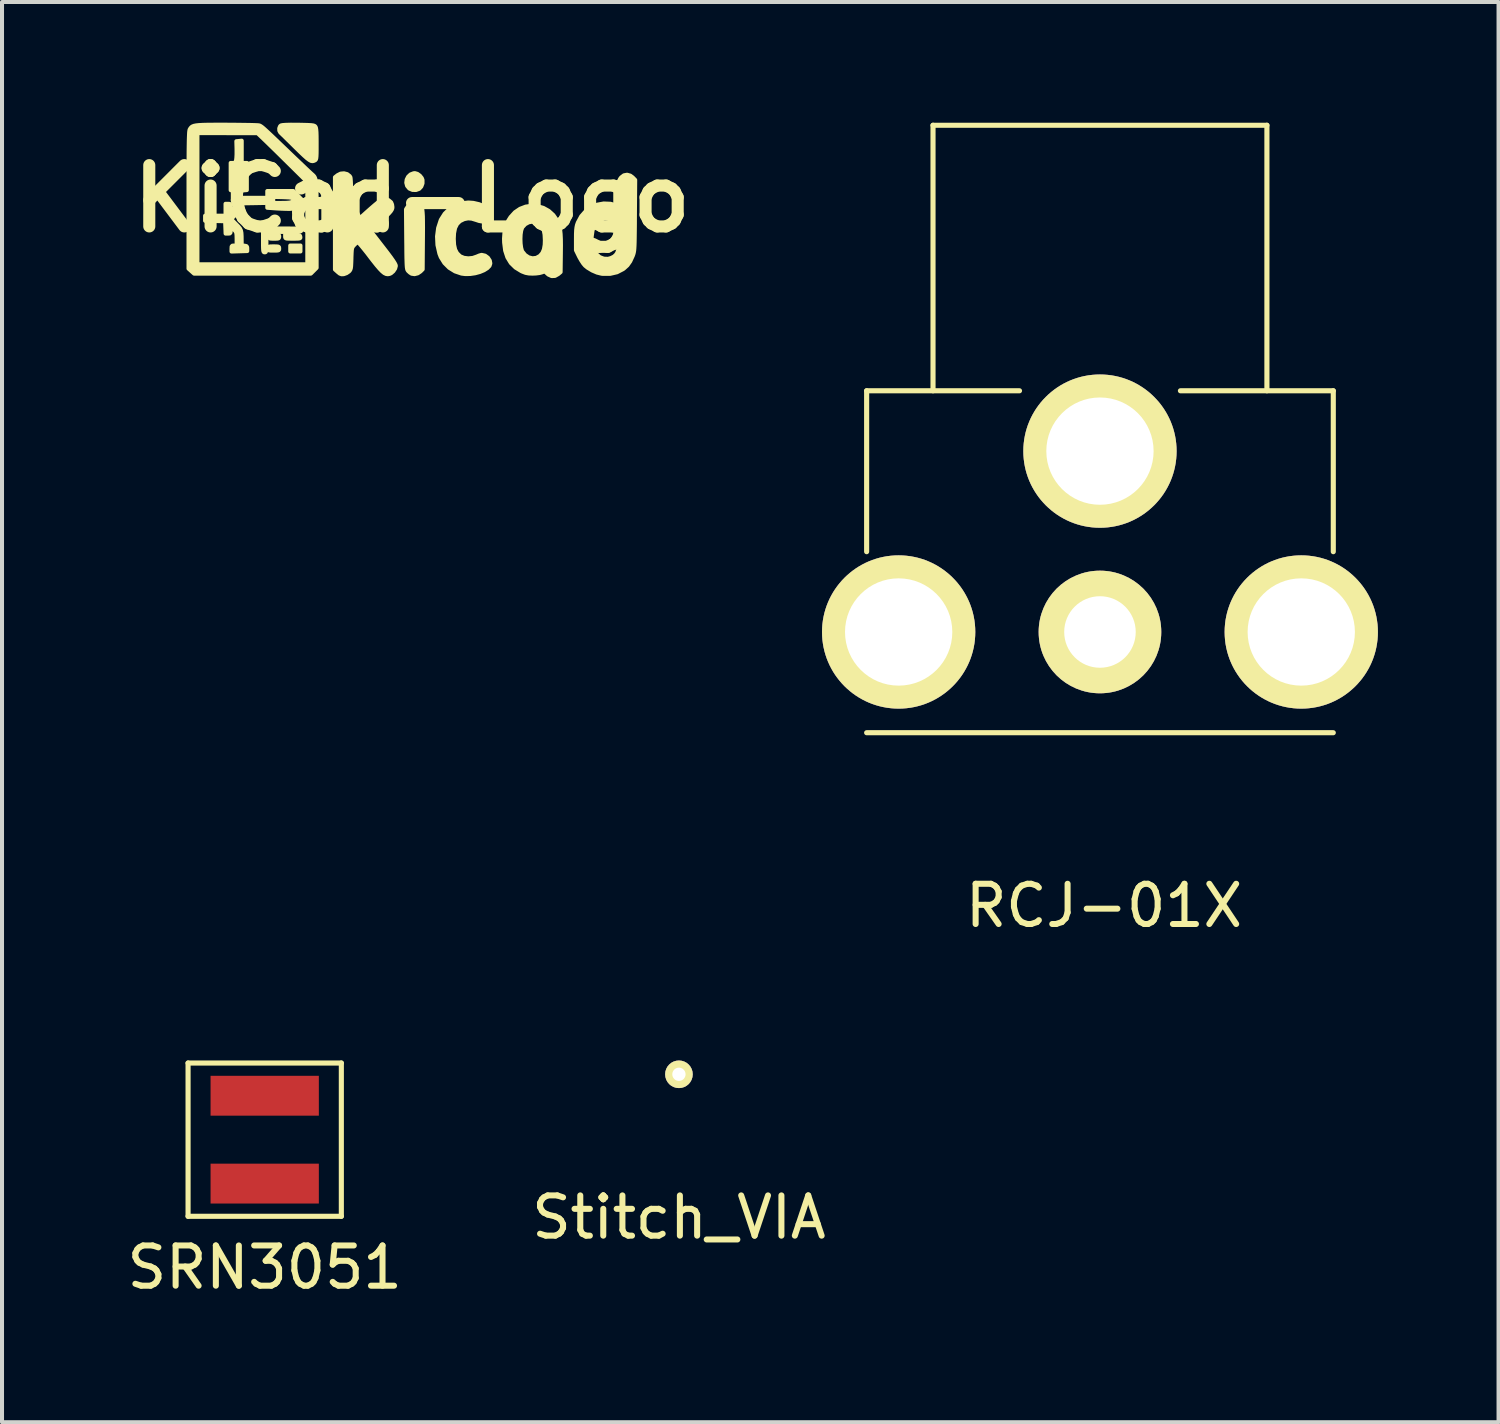
<source format=kicad_pcb>
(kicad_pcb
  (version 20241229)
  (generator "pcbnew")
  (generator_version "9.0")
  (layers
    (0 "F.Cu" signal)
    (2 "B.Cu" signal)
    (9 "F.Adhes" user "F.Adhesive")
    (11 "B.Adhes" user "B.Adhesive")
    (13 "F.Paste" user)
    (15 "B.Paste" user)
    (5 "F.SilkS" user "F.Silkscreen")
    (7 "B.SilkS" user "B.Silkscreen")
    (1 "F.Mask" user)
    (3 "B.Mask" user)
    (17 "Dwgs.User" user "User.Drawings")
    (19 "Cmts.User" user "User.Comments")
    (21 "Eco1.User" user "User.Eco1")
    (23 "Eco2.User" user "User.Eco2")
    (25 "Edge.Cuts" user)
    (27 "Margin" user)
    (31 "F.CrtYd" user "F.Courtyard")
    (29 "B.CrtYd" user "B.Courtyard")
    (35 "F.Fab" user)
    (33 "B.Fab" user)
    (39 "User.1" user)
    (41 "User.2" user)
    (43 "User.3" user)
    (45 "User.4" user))
  (footprint "Stitch_VIA"
    (layer "F.Cu")
    (at 13.827 23.655)
    (property "Reference" "Stitch_VIA" (at 0 3.556 0) (layer "F.SilkS") (effects (font (size 1 1) (thickness 0.15))))
    (attr through_hole)
    (pad "1" thru_hole circle (at 0 0) (size 0.686 0.686) (drill 0.33) (layers "*.Cu" "F.SilkS")))
  (footprint "SRN3051"
    (layer "F.Cu")
    (at 3.53 25.28)
    (property "Reference" "SRN3051" (at 0 3.175 0) (layer "F.SilkS") (effects (font (size 1 1) (thickness 0.15))))
    (attr through_hole)
    (fp_line (start -1.905 -1.905) (end 1.905 -1.905) (stroke (width 0.127) (type solid)) (layer "F.SilkS"))
    (fp_line (start -1.905 1.905) (end -1.905 -1.905) (stroke (width 0.127) (type solid)) (layer "F.SilkS"))
    (fp_line (start 1.905 -1.905) (end 1.905 1.905) (stroke (width 0.127) (type solid)) (layer "F.SilkS"))
    (fp_line (start 1.905 1.905) (end -1.905 1.905) (stroke (width 0.127) (type solid)) (layer "F.SilkS"))
    (pad "1" smd rect (at 0 -1.092) (size 2.692 0.991) (layers "F.Cu" "F.Mask" "F.Paste"))
    (pad "2" smd rect (at 0 1.092) (size 2.692 0.991) (layers "F.Cu" "F.Mask" "F.Paste")))
  (footprint "KiCad-Logo"
    (layer "F.Cu")
    (at 7.192 1.889)
    (property "Reference" "KiCad-Logo" (at 0 0 0) (layer "F.SilkS") (effects (font (size 1.524 1.524) (thickness 0.3))))
    (attr through_hole)
    (fp_poly (pts (xy -2.773 1.312) (xy -2.9 1.312) (xy -3.027 1.312) (xy -3.027 1.238) (xy -3.027 1.164) (xy -2.9 1.164) (xy -2.773 1.164) (xy -2.773 1.238) (xy -2.773 1.312)) (stroke (width 0.1) (type solid)) (fill yes) (layer "F.SilkS"))
    (fp_poly (pts (xy 0.261 -0.467) (xy 0.261 -0.381) (xy 0.231 -0.301) (xy 0.179 -0.245) (xy 0.1 -0.216) (xy 0.012 -0.218) (xy -0.065 -0.251) (xy -0.07 -0.255) (xy -0.123 -0.319) (xy -0.143 -0.396) (xy -0.133 -0.474) (xy -0.097 -0.546) (xy -0.038 -0.602) (xy 0.039 -0.632) (xy 0.073 -0.635) (xy 0.134 -0.617) (xy 0.196 -0.572) (xy 0.243 -0.513) (xy 0.261 -0.467)) (stroke (width 0.1) (type solid)) (fill yes) (layer "F.SilkS"))
    (fp_poly (pts (xy -2.775 0.97) (xy -2.785 0.984) (xy -2.812 0.991) (xy -2.866 0.994) (xy -2.953 0.995) (xy -2.962 0.995) (xy -3.052 0.994) (xy -3.109 0.992) (xy -3.139 0.984) (xy -3.151 0.97) (xy -3.154 0.947) (xy -3.154 0.941) (xy -3.154 0.887) (xy -2.969 0.893) (xy -2.88 0.897) (xy -2.824 0.903) (xy -2.794 0.912) (xy -2.781 0.928) (xy -2.777 0.947) (xy -2.775 0.97)) (stroke (width 0.1) (type solid)) (fill yes) (layer "F.SilkS"))
    (fp_poly (pts (xy -3.302 0.942) (xy -3.305 0.971) (xy -3.319 0.987) (xy -3.356 0.994) (xy -3.425 0.995) (xy -3.429 0.995) (xy -3.499 0.994) (xy -3.537 0.988) (xy -3.553 0.972) (xy -3.556 0.944) (xy -3.556 0.942) (xy -3.553 0.913) (xy -3.539 0.897) (xy -3.502 0.89) (xy -3.433 0.889) (xy -3.429 0.889) (xy -3.359 0.89) (xy -3.321 0.896) (xy -3.305 0.912) (xy -3.302 0.94) (xy -3.302 0.942)) (stroke (width 0.1) (type solid)) (fill yes) (layer "F.SilkS"))
    (fp_poly (pts (xy -3.302 1.238) (xy -3.304 1.267) (xy -3.318 1.283) (xy -3.352 1.289) (xy -3.417 1.291) (xy -3.44 1.291) (xy -3.514 1.29) (xy -3.555 1.285) (xy -3.573 1.272) (xy -3.577 1.247) (xy -3.577 1.238) (xy -3.575 1.21) (xy -3.561 1.194) (xy -3.527 1.187) (xy -3.462 1.185) (xy -3.44 1.185) (xy -3.366 1.186) (xy -3.324 1.191) (xy -3.306 1.205) (xy -3.302 1.23) (xy -3.302 1.238)) (stroke (width 0.1) (type solid)) (fill yes) (layer "F.SilkS"))
    (fp_poly (pts (xy -2.752 0.783) (xy -2.753 0.797) (xy -2.762 0.808) (xy -2.783 0.816) (xy -2.821 0.821) (xy -2.882 0.824) (xy -2.972 0.825) (xy -3.096 0.825) (xy -3.186 0.826) (xy -3.619 0.826) (xy -3.619 1.079) (xy -3.62 1.187) (xy -3.622 1.259) (xy -3.627 1.302) (xy -3.635 1.325) (xy -3.649 1.333) (xy -3.662 1.333) (xy -3.679 1.331) (xy -3.69 1.32) (xy -3.698 1.294) (xy -3.702 1.246) (xy -3.704 1.17) (xy -3.704 1.059) (xy -3.704 1.037) (xy -3.704 0.741) (xy -3.228 0.741) (xy -3.074 0.741) (xy -2.958 0.742) (xy -2.873 0.743) (xy -2.816 0.747) (xy -2.78 0.752) (xy -2.761 0.759) (xy -2.753 0.77) (xy -2.752 0.783)) (stroke (width 0.1) (type solid)) (fill yes) (layer "F.SilkS"))
    (fp_poly (pts (xy 0.273 0.715) (xy 0.272 0.905) (xy 0.271 1.028) (xy 0.265 1.756) (xy 0.212 1.809) (xy 0.142 1.856) (xy 0.062 1.876) (xy -0.011 1.865) (xy -0.056 1.835) (xy -0.095 1.799) (xy -0.106 1.785) (xy -0.116 1.767) (xy -0.123 1.741) (xy -0.129 1.702) (xy -0.133 1.646) (xy -0.136 1.568) (xy -0.139 1.465) (xy -0.141 1.332) (xy -0.142 1.164) (xy -0.144 1.007) (xy -0.15 0.263) (xy -0.101 0.191) (xy -0.035 0.122) (xy 0.04 0.093) (xy 0.123 0.106) (xy 0.141 0.114) (xy 0.176 0.132) (xy 0.204 0.152) (xy 0.226 0.179) (xy 0.243 0.217) (xy 0.256 0.27) (xy 0.264 0.342) (xy 0.27 0.437) (xy 0.272 0.56) (xy 0.273 0.715)) (stroke (width 0.1) (type solid)) (fill yes) (layer "F.SilkS"))
    (fp_poly (pts (xy -2.371 -1.362) (xy -2.371 -1.225) (xy -2.372 -1.124) (xy -2.375 -1.053) (xy -2.38 -1.006) (xy -2.388 -0.978) (xy -2.399 -0.962) (xy -2.412 -0.953) (xy -2.445 -0.938) (xy -2.477 -0.933) (xy -2.513 -0.94) (xy -2.556 -0.964) (xy -2.611 -1.005) (xy -2.682 -1.068) (xy -2.774 -1.155) (xy -2.892 -1.27) (xy -2.897 -1.275) (xy -2.998 -1.375) (xy -3.09 -1.465) (xy -3.168 -1.542) (xy -3.228 -1.6) (xy -3.265 -1.636) (xy -3.274 -1.644) (xy -3.299 -1.69) (xy -3.301 -1.748) (xy -3.281 -1.8) (xy -3.259 -1.821) (xy -3.217 -1.83) (xy -3.135 -1.836) (xy -3.014 -1.839) (xy -2.854 -1.838) (xy -2.823 -1.838) (xy -2.684 -1.835) (xy -2.581 -1.832) (xy -2.509 -1.828) (xy -2.46 -1.822) (xy -2.43 -1.813) (xy -2.411 -1.802) (xy -2.401 -1.79) (xy -2.389 -1.765) (xy -2.381 -1.721) (xy -2.375 -1.653) (xy -2.372 -1.556) (xy -2.371 -1.424) (xy -2.371 -1.362)) (stroke (width 0.1) (type solid)) (fill yes) (layer "F.SilkS"))
    (fp_poly (pts (xy 1.947 1.609) (xy 1.927 1.67) (xy 1.872 1.727) (xy 1.789 1.779) (xy 1.686 1.822) (xy 1.569 1.854) (xy 1.445 1.872) (xy 1.323 1.874) (xy 1.23 1.862) (xy 1.068 1.807) (xy 0.924 1.718) (xy 0.804 1.598) (xy 0.714 1.453) (xy 0.68 1.365) (xy 0.632 1.152) (xy 0.622 0.938) (xy 0.649 0.73) (xy 0.712 0.536) (xy 0.722 0.515) (xy 0.812 0.373) (xy 0.931 0.256) (xy 1.073 0.169) (xy 1.231 0.114) (xy 1.4 0.095) (xy 1.524 0.104) (xy 1.667 0.137) (xy 1.784 0.185) (xy 1.869 0.244) (xy 1.922 0.311) (xy 1.94 0.384) (xy 1.92 0.458) (xy 1.873 0.52) (xy 1.819 0.558) (xy 1.754 0.569) (xy 1.668 0.554) (xy 1.593 0.529) (xy 1.484 0.496) (xy 1.393 0.489) (xy 1.301 0.507) (xy 1.289 0.511) (xy 1.191 0.559) (xy 1.12 0.63) (xy 1.071 0.728) (xy 1.045 0.858) (xy 1.038 0.996) (xy 1.046 1.146) (xy 1.072 1.264) (xy 1.119 1.354) (xy 1.189 1.423) (xy 1.204 1.434) (xy 1.291 1.47) (xy 1.398 1.483) (xy 1.509 1.473) (xy 1.609 1.439) (xy 1.67 1.413) (xy 1.722 1.398) (xy 1.734 1.397) (xy 1.817 1.416) (xy 1.887 1.467) (xy 1.934 1.539) (xy 1.947 1.609)) (stroke (width 0.1) (type solid)) (fill yes) (layer "F.SilkS"))
    (fp_poly (pts (xy 3.702 1.159) (xy 3.7 1.35) (xy 3.7 1.359) (xy 3.694 1.824) (xy 3.634 1.875) (xy 3.554 1.92) (xy 3.471 1.924) (xy 3.391 1.888) (xy 3.363 1.864) (xy 3.322 1.825) (xy 3.302 1.818) (xy 3.302 1.039) (xy 3.295 0.894) (xy 3.274 0.782) (xy 3.236 0.697) (xy 3.182 0.635) (xy 3.096 0.585) (xy 2.999 0.57) (xy 2.901 0.587) (xy 2.813 0.635) (xy 2.744 0.711) (xy 2.737 0.724) (xy 2.714 0.793) (xy 2.7 0.889) (xy 2.695 1.001) (xy 2.699 1.114) (xy 2.712 1.216) (xy 2.733 1.294) (xy 2.742 1.312) (xy 2.813 1.4) (xy 2.9 1.458) (xy 2.995 1.482) (xy 3.09 1.471) (xy 3.176 1.424) (xy 3.181 1.419) (xy 3.24 1.351) (xy 3.278 1.262) (xy 3.298 1.147) (xy 3.302 1.039) (xy 3.302 1.818) (xy 3.29 1.813) (xy 3.25 1.823) (xy 3.228 1.832) (xy 3.168 1.848) (xy 3.083 1.859) (xy 3.001 1.863) (xy 2.902 1.859) (xy 2.823 1.844) (xy 2.742 1.813) (xy 2.718 1.802) (xy 2.571 1.712) (xy 2.455 1.598) (xy 2.37 1.458) (xy 2.315 1.29) (xy 2.29 1.092) (xy 2.287 0.995) (xy 2.299 0.823) (xy 2.333 0.677) (xy 2.395 0.542) (xy 2.449 0.457) (xy 2.558 0.337) (xy 2.685 0.251) (xy 2.826 0.197) (xy 2.974 0.176) (xy 3.123 0.187) (xy 3.266 0.229) (xy 3.399 0.303) (xy 3.514 0.407) (xy 3.607 0.54) (xy 3.615 0.556) (xy 3.644 0.622) (xy 3.666 0.694) (xy 3.683 0.778) (xy 3.694 0.879) (xy 3.7 1.004) (xy 3.702 1.159)) (stroke (width 0.1) (type solid)) (fill yes) (layer "F.SilkS"))
    (fp_poly (pts (xy -0.402 1.672) (xy -0.42 1.738) (xy -0.464 1.804) (xy -0.522 1.854) (xy -0.561 1.871) (xy -0.604 1.878) (xy -0.646 1.871) (xy -0.691 1.849) (xy -0.743 1.807) (xy -0.805 1.743) (xy -0.882 1.653) (xy -0.977 1.533) (xy -1.038 1.454) (xy -1.121 1.345) (xy -1.198 1.249) (xy -1.262 1.171) (xy -1.311 1.114) (xy -1.34 1.084) (xy -1.345 1.08) (xy -1.372 1.094) (xy -1.414 1.129) (xy -1.433 1.148) (xy -1.46 1.178) (xy -1.479 1.205) (xy -1.491 1.239) (xy -1.498 1.288) (xy -1.502 1.361) (xy -1.506 1.466) (xy -1.506 1.486) (xy -1.51 1.598) (xy -1.514 1.676) (xy -1.521 1.729) (xy -1.532 1.763) (xy -1.548 1.789) (xy -1.567 1.81) (xy -1.627 1.851) (xy -1.696 1.876) (xy -1.697 1.876) (xy -1.752 1.879) (xy -1.797 1.862) (xy -1.844 1.824) (xy -1.916 1.76) (xy -1.916 0.614) (xy -1.916 -0.533) (xy -1.852 -0.584) (xy -1.775 -0.623) (xy -1.691 -0.631) (xy -1.612 -0.611) (xy -1.55 -0.563) (xy -1.531 -0.533) (xy -1.526 -0.503) (xy -1.521 -0.437) (xy -1.516 -0.34) (xy -1.511 -0.218) (xy -1.507 -0.077) (xy -1.503 0.076) (xy -1.503 0.082) (xy -1.492 0.662) (xy -1.138 0.342) (xy -1.033 0.249) (xy -0.936 0.165) (xy -0.851 0.095) (xy -0.784 0.043) (xy -0.741 0.013) (xy -0.73 0.009) (xy -0.658 0.009) (xy -0.583 0.037) (xy -0.524 0.085) (xy -0.518 0.092) (xy -0.496 0.145) (xy -0.487 0.209) (xy -0.487 0.209) (xy -0.49 0.241) (xy -0.503 0.274) (xy -0.528 0.313) (xy -0.57 0.361) (xy -0.631 0.424) (xy -0.717 0.504) (xy -0.829 0.607) (xy -0.873 0.646) (xy -1.037 0.794) (xy -0.72 1.203) (xy -0.612 1.343) (xy -0.53 1.453) (xy -0.47 1.538) (xy -0.43 1.601) (xy -0.408 1.645) (xy -0.402 1.672)) (stroke (width 0.1) (type solid)) (fill yes) (layer "F.SilkS"))
    (fp_poly (pts (xy 5.548 -0.466) (xy 5.541 0.418) (xy 5.54 0.634) (xy 5.538 0.813) (xy 5.536 0.958) (xy 5.534 1.074) (xy 5.531 1.165) (xy 5.527 1.235) (xy 5.522 1.289) (xy 5.515 1.331) (xy 5.507 1.365) (xy 5.497 1.396) (xy 5.485 1.428) (xy 5.484 1.429) (xy 5.424 1.559) (xy 5.354 1.658) (xy 5.265 1.738) (xy 5.243 1.753) (xy 5.144 1.804) (xy 5.144 0.958) (xy 5.144 0.673) (xy 5.073 0.603) (xy 5.004 0.55) (xy 4.924 0.512) (xy 4.911 0.508) (xy 4.791 0.494) (xy 4.687 0.517) (xy 4.6 0.576) (xy 4.532 0.667) (xy 4.488 0.789) (xy 4.467 0.938) (xy 4.466 0.983) (xy 4.48 1.141) (xy 4.52 1.273) (xy 4.583 1.378) (xy 4.666 1.452) (xy 4.768 1.491) (xy 4.873 1.495) (xy 4.946 1.475) (xy 5.014 1.441) (xy 5.016 1.44) (xy 5.063 1.399) (xy 5.098 1.35) (xy 5.121 1.285) (xy 5.135 1.197) (xy 5.142 1.08) (xy 5.144 0.958) (xy 5.144 1.804) (xy 5.096 1.829) (xy 4.928 1.868) (xy 4.744 1.869) (xy 4.71 1.865) (xy 4.598 1.837) (xy 4.478 1.785) (xy 4.365 1.717) (xy 4.301 1.665) (xy 4.257 1.613) (xy 4.207 1.537) (xy 4.159 1.453) (xy 4.152 1.439) (xy 4.075 1.281) (xy 4.075 0.995) (xy 4.076 0.872) (xy 4.08 0.781) (xy 4.088 0.713) (xy 4.1 0.656) (xy 4.119 0.601) (xy 4.123 0.591) (xy 4.206 0.437) (xy 4.317 0.31) (xy 4.451 0.214) (xy 4.602 0.149) (xy 4.765 0.119) (xy 4.933 0.126) (xy 5.085 0.167) (xy 5.144 0.189) (xy 5.144 -0.136) (xy 5.144 -0.261) (xy 5.145 -0.35) (xy 5.149 -0.412) (xy 5.156 -0.455) (xy 5.167 -0.485) (xy 5.184 -0.51) (xy 5.198 -0.528) (xy 5.267 -0.581) (xy 5.346 -0.596) (xy 5.427 -0.573) (xy 5.485 -0.53) (xy 5.548 -0.466)) (stroke (width 0.1) (type solid)) (fill yes) (layer "F.SilkS"))
    (fp_poly (pts (xy -2.371 0.337) (xy -2.371 0.577) (xy -2.371 0.636) (xy -2.371 1.719) (xy -2.443 1.791) (xy -2.515 1.863) (xy -2.603 1.863) (xy -2.603 1.63) (xy -2.603 0.607) (xy -2.603 -0.415) (xy -3.043 -0.85) (xy -3.166 -0.971) (xy -3.289 -1.093) (xy -3.406 -1.208) (xy -3.512 -1.311) (xy -3.599 -1.396) (xy -3.662 -1.457) (xy -3.842 -1.629) (xy -4.588 -1.629) (xy -5.334 -1.63) (xy -5.334 0) (xy -5.334 1.63) (xy -3.969 1.63) (xy -2.603 1.63) (xy -2.603 1.863) (xy -3.966 1.863) (xy -5.418 1.863) (xy -5.487 1.801) (xy -5.556 1.739) (xy -5.556 0.037) (xy -5.556 -0.28) (xy -5.556 -0.556) (xy -5.555 -0.796) (xy -5.554 -1.001) (xy -5.553 -1.174) (xy -5.551 -1.318) (xy -5.549 -1.435) (xy -5.546 -1.528) (xy -5.543 -1.6) (xy -5.54 -1.653) (xy -5.535 -1.69) (xy -5.53 -1.713) (xy -5.527 -1.721) (xy -5.509 -1.751) (xy -5.488 -1.776) (xy -5.461 -1.795) (xy -5.422 -1.811) (xy -5.368 -1.822) (xy -5.295 -1.83) (xy -5.198 -1.835) (xy -5.074 -1.838) (xy -4.917 -1.839) (xy -4.725 -1.839) (xy -4.611 -1.839) (xy -4.435 -1.838) (xy -4.27 -1.836) (xy -4.122 -1.834) (xy -3.997 -1.832) (xy -3.898 -1.829) (xy -3.833 -1.826) (xy -3.806 -1.823) (xy -3.79 -1.819) (xy -3.772 -1.811) (xy -3.751 -1.798) (xy -3.722 -1.777) (xy -3.684 -1.745) (xy -3.634 -1.7) (xy -3.568 -1.639) (xy -3.483 -1.559) (xy -3.378 -1.459) (xy -3.249 -1.335) (xy -3.092 -1.185) (xy -3.048 -1.142) (xy -2.927 -1.026) (xy -2.812 -0.917) (xy -2.709 -0.819) (xy -2.621 -0.735) (xy -2.554 -0.672) (xy -2.51 -0.631) (xy -2.501 -0.623) (xy -2.473 -0.598) (xy -2.449 -0.576) (xy -2.429 -0.552) (xy -2.413 -0.522) (xy -2.4 -0.484) (xy -2.39 -0.433) (xy -2.383 -0.366) (xy -2.377 -0.28) (xy -2.374 -0.17) (xy -2.372 -0.033) (xy -2.371 0.135) (xy -2.371 0.337)) (stroke (width 0.1) (type solid)) (fill yes) (layer "F.SilkS"))
    (fp_poly (pts (xy -2.73 0.033) (xy -2.842 0.144) (xy -2.901 0.2) (xy -2.944 0.233) (xy -2.946 0.234) (xy -2.946 0.042) (xy -2.953 0.008) (xy -2.955 0.005) (xy -2.972 -0.012) (xy -3.004 -0.023) (xy -3.058 -0.031) (xy -3.141 -0.035) (xy -3.214 -0.038) (xy -3.45 -0.044) (xy -3.45 0.031) (xy -3.45 0.106) (xy -3.233 0.105) (xy -3.12 0.103) (xy -3.042 0.096) (xy -2.992 0.083) (xy -2.974 0.073) (xy -2.946 0.042) (xy -2.946 0.234) (xy -2.985 0.249) (xy -3.037 0.254) (xy -3.082 0.254) (xy -3.165 0.252) (xy -3.271 0.248) (xy -3.379 0.242) (xy -3.405 0.24) (xy -3.598 0.226) (xy -3.598 0.166) (xy -3.598 0.105) (xy -3.921 0.111) (xy -4.244 0.116) (xy -4.245 0.185) (xy -4.251 0.228) (xy -4.274 0.272) (xy -4.32 0.327) (xy -4.371 0.381) (xy -4.497 0.508) (xy -4.372 0.634) (xy -4.314 0.694) (xy -4.276 0.742) (xy -4.253 0.79) (xy -4.241 0.849) (xy -4.236 0.931) (xy -4.235 1.009) (xy -4.233 1.161) (xy -4.165 1.168) (xy -4.117 1.178) (xy -4.098 1.202) (xy -4.096 1.238) (xy -4.096 1.302) (xy -4.292 1.308) (xy -4.487 1.314) (xy -4.487 1.239) (xy -4.484 1.189) (xy -4.466 1.168) (xy -4.424 1.164) (xy -4.36 1.164) (xy -4.36 0.999) (xy -4.362 0.914) (xy -4.367 0.859) (xy -4.381 0.822) (xy -4.405 0.791) (xy -4.42 0.777) (xy -4.468 0.734) (xy -4.495 0.725) (xy -4.507 0.75) (xy -4.508 0.794) (xy -4.512 0.844) (xy -4.53 0.864) (xy -4.571 0.868) (xy -4.634 0.868) (xy -4.64 0.714) (xy -4.646 0.561) (xy -4.895 0.555) (xy -5.144 0.549) (xy -5.144 0.486) (xy -5.144 0.423) (xy -4.889 0.423) (xy -4.636 0.423) (xy -4.636 0.275) (xy -4.636 0.127) (xy -4.572 0.127) (xy -4.531 0.13) (xy -4.513 0.148) (xy -4.509 0.193) (xy -4.508 0.212) (xy -4.504 0.272) (xy -4.488 0.293) (xy -4.456 0.275) (xy -4.428 0.247) (xy -4.406 0.22) (xy -4.392 0.186) (xy -4.385 0.136) (xy -4.382 0.06) (xy -4.381 -0.007) (xy -4.381 -0.212) (xy -4.445 -0.212) (xy -4.508 -0.212) (xy -4.508 -0.55) (xy -4.508 -0.889) (xy -4.447 -0.889) (xy -4.405 -0.895) (xy -4.383 -0.92) (xy -4.372 -0.965) (xy -4.366 -1.02) (xy -4.362 -1.103) (xy -4.362 -1.199) (xy -4.362 -1.234) (xy -4.367 -1.429) (xy -4.3 -1.435) (xy -4.233 -1.442) (xy -4.233 -1.166) (xy -4.233 -0.889) (xy -4.17 -0.889) (xy -4.106 -0.889) (xy -4.106 -0.552) (xy -4.106 -0.214) (xy -4.175 -0.208) (xy -4.219 -0.2) (xy -4.233 -0.186) (xy -4.233 -0.339) (xy -4.233 -0.55) (xy -4.233 -0.762) (xy -4.297 -0.762) (xy -4.36 -0.762) (xy -4.36 -0.55) (xy -4.36 -0.339) (xy -4.297 -0.339) (xy -4.233 -0.339) (xy -4.233 -0.186) (xy -4.24 -0.18) (xy -4.249 -0.134) (xy -4.25 -0.111) (xy -4.257 -0.021) (xy -3.928 -0.021) (xy -3.598 -0.021) (xy -3.598 -0.106) (xy -3.598 -0.191) (xy -3.275 -0.191) (xy -2.951 -0.191) (xy -2.841 -0.079) (xy -2.73 0.033)) (stroke (width 0.1) (type solid)) (fill yes) (layer "F.SilkS")))
  (footprint "RCJ-01X"
    (layer "F.Cu")
    (at 24.293 8.164)
    (property "Reference" "RCJ-01X" (at 0.1 11.3 0) (layer "F.SilkS") (effects (font (size 1 1) (thickness 0.15))))
    (attr through_hole)
    (fp_line (start -5.8 -1.5) (end -2 -1.5) (stroke (width 0.127) (type solid)) (layer "F.SilkS"))
    (fp_line (start -5.8 2.5) (end -5.8 -1.5) (stroke (width 0.127) (type solid)) (layer "F.SilkS"))
    (fp_line (start -5.8 7) (end 5.8 7) (stroke (width 0.127) (type solid)) (layer "F.SilkS"))
    (fp_line (start -4.15 -8.1) (end -4.15 -1.5) (stroke (width 0.127) (type solid)) (layer "F.SilkS"))
    (fp_line (start -4.15 -8.1) (end 4.15 -8.1) (stroke (width 0.127) (type solid)) (layer "F.SilkS"))
    (fp_line (start 2 -1.5) (end 5.8 -1.5) (stroke (width 0.127) (type solid)) (layer "F.SilkS"))
    (fp_line (start 4.15 -8.1) (end 4.15 -1.5) (stroke (width 0.127) (type solid)) (layer "F.SilkS"))
    (fp_line (start 5.8 2.5) (end 5.8 -1.5) (stroke (width 0.127) (type solid)) (layer "F.SilkS"))
    (pad "1" thru_hole circle (at -5.004 4.496) (size 3.81 3.81) (drill 2.667) (layers "*.Cu" "*.Mask" "F.SilkS"))
    (pad "1" thru_hole circle (at 0 0) (size 3.81 3.81) (drill 2.667) (layers "*.Cu" "*.Mask" "F.SilkS"))
    (pad "1" thru_hole circle (at 5.004 4.496) (size 3.81 3.81) (drill 2.667) (layers "*.Cu" "*.Mask" "F.SilkS"))
    (pad "2" thru_hole circle (at 0 4.496) (size 3.048 3.048) (drill 1.778) (layers "*.Cu" "*.Mask" "F.SilkS")))
  (gr_rect
    (start -3 -3)
    (end 34.201 32.303)
    (stroke (width 0.1) (type default))
    (fill no)
    (layer "Edge.Cuts")))
</source>
